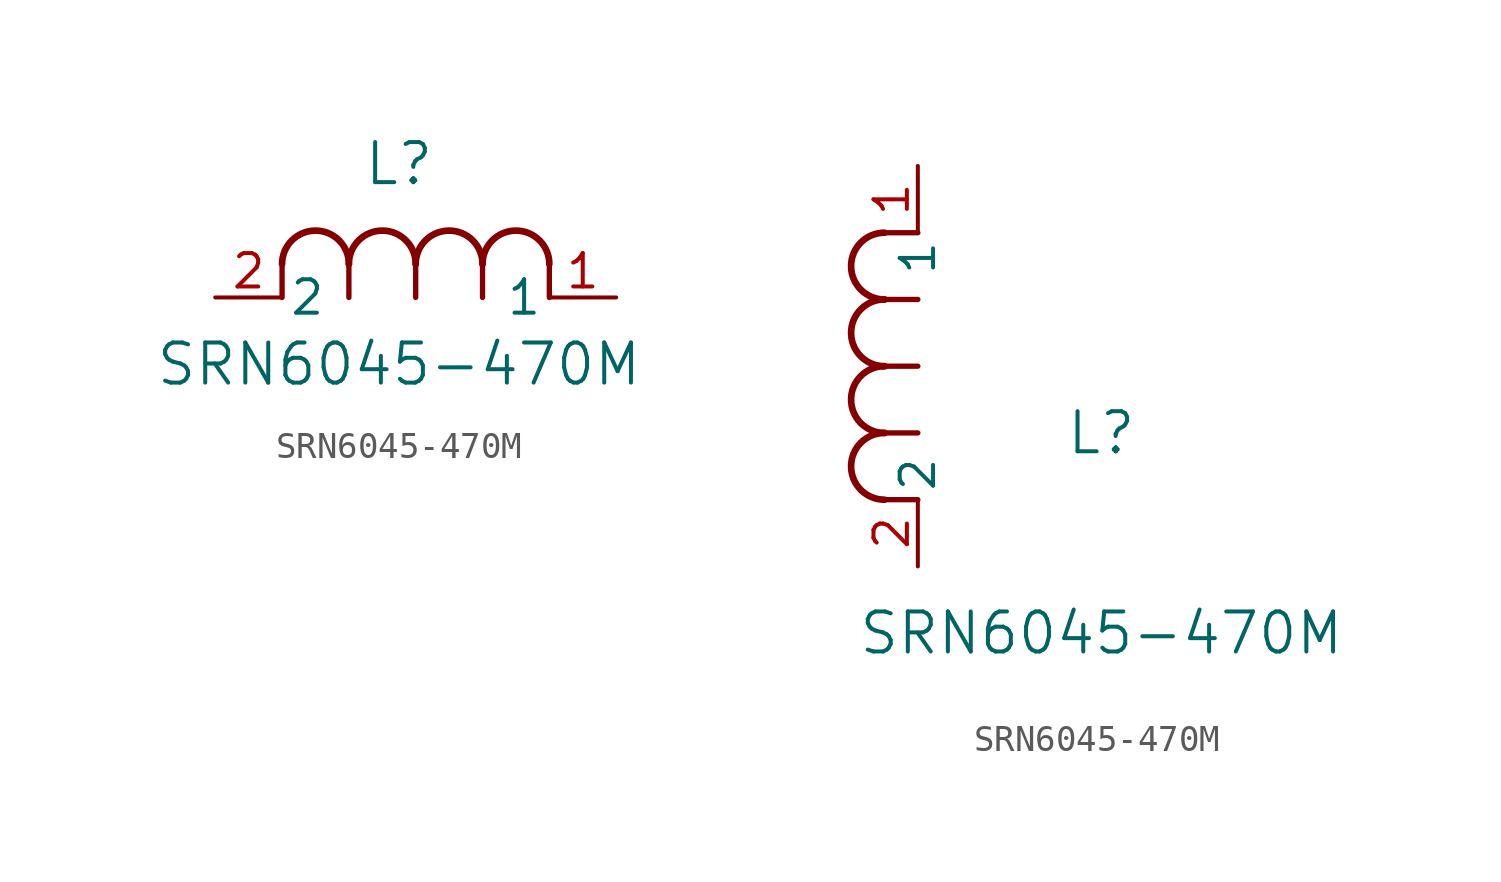
<source format=kicad_sym>
(kicad_symbol_lib
  (version 20211014)
  (generator kicad_symbol_editor)
  (symbol "SRN6045-470M"
    (pin_names
      (offset 0.254))
    (property "Reference" "L"
      (at 6.985 5.08 0)
      (effects (font (size 1.524 1.524))))
    (property "Value" "SRN6045-470M"
      (at 6.985 -2.54 0)
      (effects (font (size 1.524 1.524))))
    (symbol "SRN6045-470M_1_1"
      (arc (start 7.62 1.27) (mid 6.35 2.54) (end 5.08 1.27) (stroke (width 0.254) (type default) (color 0 0 0 0)) (fill (type none)))
      (polyline (pts (xy 5.08 0) (xy 5.08 1.27)) (stroke (width 0.203) (type default) (color 0 0 0 0)) (fill (type none)))
      (polyline (pts (xy 7.62 0) (xy 7.62 1.27)) (stroke (width 0.203) (type default) (color 0 0 0 0)) (fill (type none)))
      (polyline (pts (xy 12.7 0) (xy 12.7 1.27)) (stroke (width 0.203) (type default) (color 0 0 0 0)) (fill (type none)))
      (arc (start 5.08 1.27) (mid 3.81 2.54) (end 2.54 1.27) (stroke (width 0.254) (type default) (color 0 0 0 0)) (fill (type none)))
      (arc (start 10.16 1.27) (mid 8.89 2.54) (end 7.62 1.27) (stroke (width 0.254) (type default) (color 0 0 0 0)) (fill (type none)))
      (arc (start 12.7 1.27) (mid 11.43 2.54) (end 10.16 1.27) (stroke (width 0.254) (type default) (color 0 0 0 0)) (fill (type none)))
      (polyline (pts (xy 2.54 0) (xy 2.54 1.27)) (stroke (width 0.203) (type default) (color 0 0 0 0)) (fill (type none)))
      (polyline (pts (xy 10.16 0) (xy 10.16 1.27)) (stroke (width 0.203) (type default) (color 0 0 0 0)) (fill (type none)))
      (pin unspecified line (at 0 0 0) (length 2.54) (name "2" (effects (font (size 1.27 1.27)))) (number "2" (effects (font (size 1.27 1.27)))))
      (pin unspecified line (at 15.24 0 180) (length 2.54) (name "1" (effects (font (size 1.27 1.27)))) (number "1" (effects (font (size 1.27 1.27))))))
    (symbol "SRN6045-470M_1_2"
      (arc (start -1.27 7.62) (mid -2.54 6.35) (end -1.27 5.08) (stroke (width 0.254) (type default) (color 0 0 0 0)) (fill (type none)))
      (arc (start -1.27 5.08) (mid -2.54 3.81) (end -1.27 2.54) (stroke (width 0.254) (type default) (color 0 0 0 0)) (fill (type none)))
      (arc (start -1.27 12.7) (mid -2.54 11.43) (end -1.27 10.16) (stroke (width 0.254) (type default) (color 0 0 0 0)) (fill (type none)))
      (arc (start -1.27 10.16) (mid -2.54 8.89) (end -1.27 7.62) (stroke (width 0.254) (type default) (color 0 0 0 0)) (fill (type none)))
      (polyline (pts (xy 0 7.62) (xy -1.27 7.62)) (stroke (width 0.203) (type default) (color 0 0 0 0)) (fill (type none)))
      (polyline (pts (xy 0 5.08) (xy -1.27 5.08)) (stroke (width 0.203) (type default) (color 0 0 0 0)) (fill (type none)))
      (polyline (pts (xy 0 12.7) (xy -1.27 12.7)) (stroke (width 0.203) (type default) (color 0 0 0 0)) (fill (type none)))
      (polyline (pts (xy 0 2.54) (xy -1.27 2.54)) (stroke (width 0.203) (type default) (color 0 0 0 0)) (fill (type none)))
      (polyline (pts (xy 0 10.16) (xy -1.27 10.16)) (stroke (width 0.203) (type default) (color 0 0 0 0)) (fill (type none)))
      (pin unspecified line (at 0 0 90) (length 2.54) (name "2" (effects (font (size 1.27 1.27)))) (number "2" (effects (font (size 1.27 1.27)))))
      (pin unspecified line (at 0 15.24 270) (length 2.54) (name "1" (effects (font (size 1.27 1.27)))) (number "1" (effects (font (size 1.27 1.27))))))))
</source>
